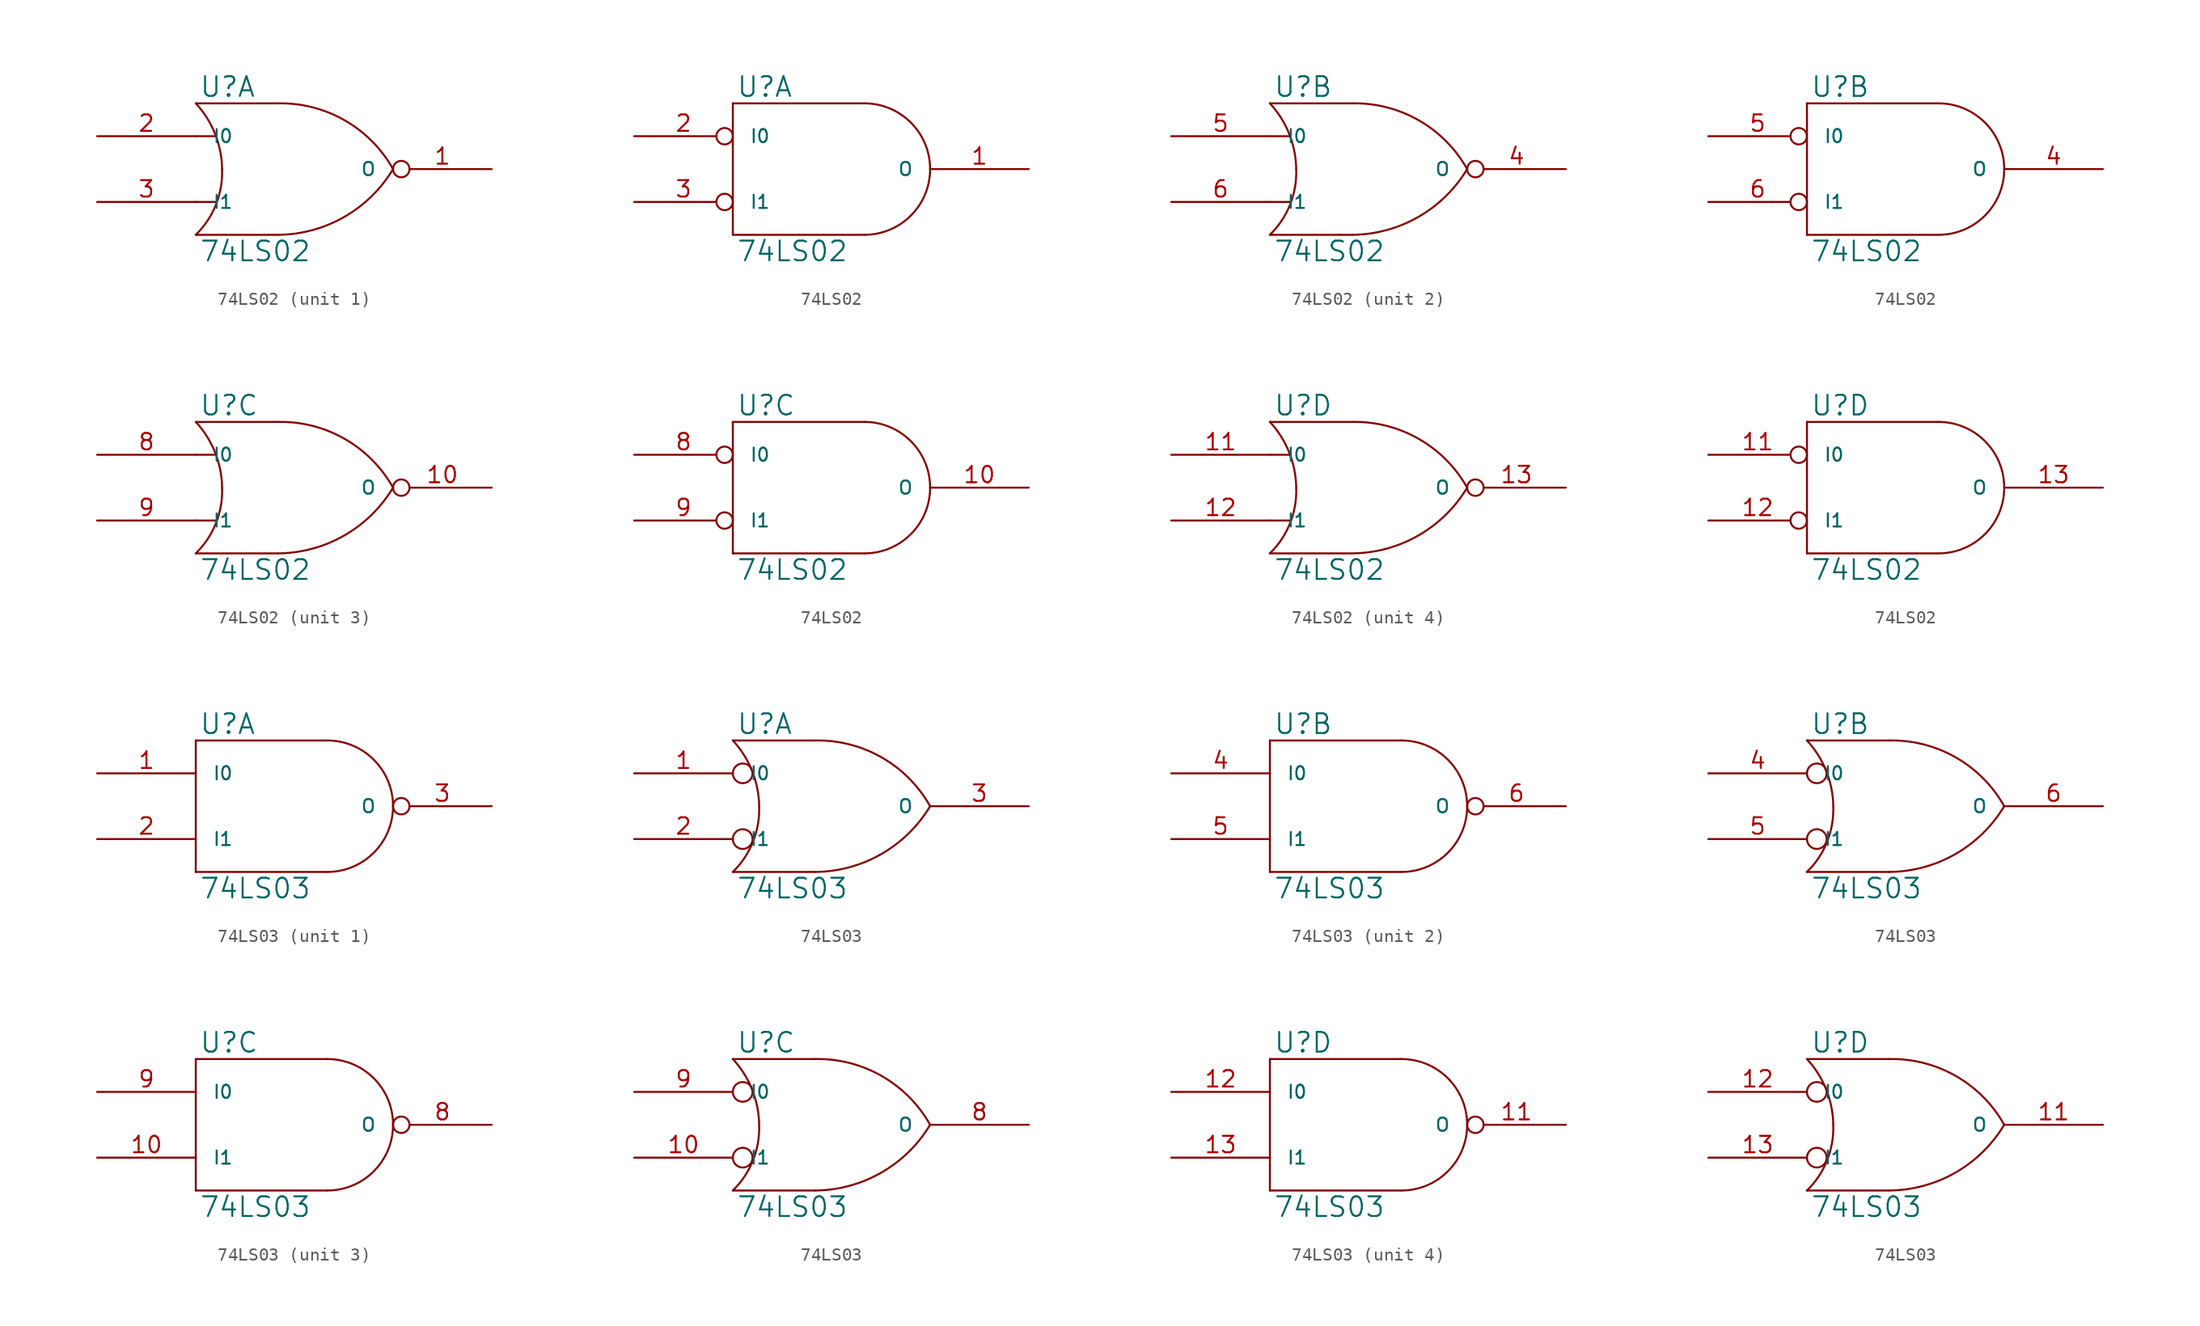
<source format=kicad_sym>
(kicad_symbol_lib
  (version 20231120)
  (generator "kicad_symbol_editor")
  (generator_version "8.0")
  (symbol "74LS02"
    (pin_names
      (offset 1.27))
    (property "Reference" "U"
      (at 0.254 0.381 0)
      (effects (font (size 1.524 1.524)) (justify left bottom)))
    (property "Value" "74LS02"
      (at 0.254 -10.541 0)
      (effects (font (size 1.524 1.524)) (justify left top)))
    (symbol "74LS02_0_1"
      (arc (start 0 -10.16) (mid 1.5573 -7.8293) (end 2.032 -5.08) (stroke (width 0) (type solid)) (fill (type none)))
      (polyline (pts (xy 0 -7.62) (xy 1.524 -7.62)) (stroke (width 0) (type solid)) (fill (type none)))
      (polyline (pts (xy 0 -2.54) (xy 1.524 -2.54)) (stroke (width 0) (type solid)) (fill (type none)))
      (polyline (pts (xy 6.35 -10.16) (xy 0 -10.16)) (stroke (width 0) (type solid)) (fill (type none)))
      (polyline (pts (xy 6.35 0) (xy 0 0)) (stroke (width 0) (type solid)) (fill (type none)))
      (arc (start 2.032 -5.08) (mid 1.4906 -2.3584) (end 0 0) (stroke (width 0) (type solid)) (fill (type none)))
      (arc (start 6.35 -10.16) (mid 11.4496 -8.7875) (end 15.24 -5.08) (stroke (width 0) (type solid)) (fill (type none)))
      (arc (start 15.24 -5.08) (mid 11.4893 -1.3041) (end 6.35 0) (stroke (width 0) (type solid)) (fill (type none))))
    (symbol "74LS02_0_2"
      (polyline (pts (xy 0 -10.16) (xy 10.16 -10.16)) (stroke (width 0) (type solid)) (fill (type none)))
      (polyline (pts (xy 0 0) (xy 0 -10.16)) (stroke (width 0) (type solid)) (fill (type none)))
      (polyline (pts (xy 10.16 0) (xy 0 0)) (stroke (width 0) (type solid)) (fill (type none)))
      (arc (start 10.16 -10.16) (mid 13.7521 -8.6721) (end 15.24 -5.08) (stroke (width 0) (type solid)) (fill (type none)))
      (arc (start 15.24 -5.08) (mid 13.7521 -1.4879) (end 10.16 0) (stroke (width 0) (type solid)) (fill (type none))))
    (symbol "74LS02_1_1"
      (pin output inverted (at 22.86 -5.08 180) (length 7.62) (name "O" (effects (font (size 1.016 1.016)))) (number "1" (effects (font (size 1.27 1.27)))))
      (pin power_in line (at 0 0 270) (length 0) hide (name "VCC" (effects (font (size 1.016 1.016)))) (number "14" (effects (font (size 1.27 1.27)))))
      (pin input line (at -7.62 -2.54 0) (length 7.62) (name "I0" (effects (font (size 1.016 1.016)))) (number "2" (effects (font (size 1.27 1.27)))))
      (pin input line (at -7.62 -7.62 0) (length 7.62) (name "I1" (effects (font (size 1.016 1.016)))) (number "3" (effects (font (size 1.27 1.27)))))
      (pin power_in line (at 0 -10.16 90) (length 0) hide (name "GND" (effects (font (size 1.016 1.016)))) (number "7" (effects (font (size 1.27 1.27))))))
    (symbol "74LS02_1_2"
      (pin output line (at 22.86 -5.08 180) (length 7.62) (name "O" (effects (font (size 1.016 1.016)))) (number "1" (effects (font (size 1.27 1.27)))))
      (pin power_in line (at 0 0 270) (length 0) hide (name "VCC" (effects (font (size 1.016 1.016)))) (number "14" (effects (font (size 1.27 1.27)))))
      (pin input inverted (at -7.62 -2.54 0) (length 7.62) (name "I0" (effects (font (size 1.016 1.016)))) (number "2" (effects (font (size 1.27 1.27)))))
      (pin input inverted (at -7.62 -7.62 0) (length 7.62) (name "I1" (effects (font (size 1.016 1.016)))) (number "3" (effects (font (size 1.27 1.27)))))
      (pin power_in line (at 0 -10.16 90) (length 0) hide (name "GND" (effects (font (size 1.016 1.016)))) (number "7" (effects (font (size 1.27 1.27))))))
    (symbol "74LS02_2_1"
      (pin power_in line (at 0 0 270) (length 0) hide (name "VCC" (effects (font (size 1.016 1.016)))) (number "14" (effects (font (size 1.27 1.27)))))
      (pin output inverted (at 22.86 -5.08 180) (length 7.62) (name "O" (effects (font (size 1.016 1.016)))) (number "4" (effects (font (size 1.27 1.27)))))
      (pin input line (at -7.62 -2.54 0) (length 7.62) (name "I0" (effects (font (size 1.016 1.016)))) (number "5" (effects (font (size 1.27 1.27)))))
      (pin input line (at -7.62 -7.62 0) (length 7.62) (name "I1" (effects (font (size 1.016 1.016)))) (number "6" (effects (font (size 1.27 1.27)))))
      (pin power_in line (at 0 -10.16 90) (length 0) hide (name "GND" (effects (font (size 1.016 1.016)))) (number "7" (effects (font (size 1.27 1.27))))))
    (symbol "74LS02_2_2"
      (pin power_in line (at 0 0 270) (length 0) hide (name "VCC" (effects (font (size 1.016 1.016)))) (number "14" (effects (font (size 1.27 1.27)))))
      (pin output line (at 22.86 -5.08 180) (length 7.62) (name "O" (effects (font (size 1.016 1.016)))) (number "4" (effects (font (size 1.27 1.27)))))
      (pin input inverted (at -7.62 -2.54 0) (length 7.62) (name "I0" (effects (font (size 1.016 1.016)))) (number "5" (effects (font (size 1.27 1.27)))))
      (pin input inverted (at -7.62 -7.62 0) (length 7.62) (name "I1" (effects (font (size 1.016 1.016)))) (number "6" (effects (font (size 1.27 1.27)))))
      (pin power_in line (at 0 -10.16 90) (length 0) hide (name "GND" (effects (font (size 1.016 1.016)))) (number "7" (effects (font (size 1.27 1.27))))))
    (symbol "74LS02_3_1"
      (pin output inverted (at 22.86 -5.08 180) (length 7.62) (name "O" (effects (font (size 1.016 1.016)))) (number "10" (effects (font (size 1.27 1.27)))))
      (pin power_in line (at 0 0 270) (length 0) hide (name "VCC" (effects (font (size 1.016 1.016)))) (number "14" (effects (font (size 1.27 1.27)))))
      (pin power_in line (at 0 -10.16 90) (length 0) hide (name "GND" (effects (font (size 1.016 1.016)))) (number "7" (effects (font (size 1.27 1.27)))))
      (pin input line (at -7.62 -2.54 0) (length 7.62) (name "I0" (effects (font (size 1.016 1.016)))) (number "8" (effects (font (size 1.27 1.27)))))
      (pin input line (at -7.62 -7.62 0) (length 7.62) (name "I1" (effects (font (size 1.016 1.016)))) (number "9" (effects (font (size 1.27 1.27))))))
    (symbol "74LS02_3_2"
      (pin output line (at 22.86 -5.08 180) (length 7.62) (name "O" (effects (font (size 1.016 1.016)))) (number "10" (effects (font (size 1.27 1.27)))))
      (pin power_in line (at 0 0 270) (length 0) hide (name "VCC" (effects (font (size 1.016 1.016)))) (number "14" (effects (font (size 1.27 1.27)))))
      (pin power_in line (at 0 -10.16 90) (length 0) hide (name "GND" (effects (font (size 1.016 1.016)))) (number "7" (effects (font (size 1.27 1.27)))))
      (pin input inverted (at -7.62 -2.54 0) (length 7.62) (name "I0" (effects (font (size 1.016 1.016)))) (number "8" (effects (font (size 1.27 1.27)))))
      (pin input inverted (at -7.62 -7.62 0) (length 7.62) (name "I1" (effects (font (size 1.016 1.016)))) (number "9" (effects (font (size 1.27 1.27))))))
    (symbol "74LS02_4_1"
      (pin input line (at -7.62 -2.54 0) (length 7.62) (name "I0" (effects (font (size 1.016 1.016)))) (number "11" (effects (font (size 1.27 1.27)))))
      (pin input line (at -7.62 -7.62 0) (length 7.62) (name "I1" (effects (font (size 1.016 1.016)))) (number "12" (effects (font (size 1.27 1.27)))))
      (pin output inverted (at 22.86 -5.08 180) (length 7.62) (name "O" (effects (font (size 1.016 1.016)))) (number "13" (effects (font (size 1.27 1.27)))))
      (pin power_in line (at 0 0 270) (length 0) hide (name "VCC" (effects (font (size 1.016 1.016)))) (number "14" (effects (font (size 1.27 1.27)))))
      (pin power_in line (at 0 -10.16 90) (length 0) hide (name "GND" (effects (font (size 1.016 1.016)))) (number "7" (effects (font (size 1.27 1.27))))))
    (symbol "74LS02_4_2"
      (pin input inverted (at -7.62 -2.54 0) (length 7.62) (name "I0" (effects (font (size 1.016 1.016)))) (number "11" (effects (font (size 1.27 1.27)))))
      (pin input inverted (at -7.62 -7.62 0) (length 7.62) (name "I1" (effects (font (size 1.016 1.016)))) (number "12" (effects (font (size 1.27 1.27)))))
      (pin output line (at 22.86 -5.08 180) (length 7.62) (name "O" (effects (font (size 1.016 1.016)))) (number "13" (effects (font (size 1.27 1.27)))))
      (pin power_in line (at 0 0 270) (length 0) hide (name "VCC" (effects (font (size 1.016 1.016)))) (number "14" (effects (font (size 1.27 1.27)))))
      (pin power_in line (at 0 -10.16 90) (length 0) hide (name "GND" (effects (font (size 1.016 1.016)))) (number "7" (effects (font (size 1.27 1.27)))))))
  (symbol "74LS03"
    (pin_names
      (offset 1.27))
    (property "Reference" "U"
      (at 0.254 0.381 0)
      (effects (font (size 1.524 1.524)) (justify left bottom)))
    (property "Value" "74LS03"
      (at 0.254 -10.541 0)
      (effects (font (size 1.524 1.524)) (justify left top)))
    (symbol "74LS03_0_1"
      (polyline (pts (xy 0 -10.16) (xy 10.16 -10.16)) (stroke (width 0) (type solid)) (fill (type none)))
      (polyline (pts (xy 0 0) (xy 0 -10.16)) (stroke (width 0) (type solid)) (fill (type none)))
      (polyline (pts (xy 10.16 0) (xy 0 0)) (stroke (width 0) (type solid)) (fill (type none)))
      (arc (start 10.16 -10.16) (mid 13.7521 -8.6721) (end 15.24 -5.08) (stroke (width 0) (type solid)) (fill (type none)))
      (arc (start 15.24 -5.08) (mid 13.7521 -1.4879) (end 10.16 0) (stroke (width 0) (type solid)) (fill (type none))))
    (symbol "74LS03_0_2"
      (arc (start 0 -10.16) (mid 1.5573 -7.8293) (end 2.032 -5.08) (stroke (width 0) (type solid)) (fill (type none)))
      (polyline (pts (xy 6.35 -10.16) (xy 0 -10.16)) (stroke (width 0) (type solid)) (fill (type none)))
      (polyline (pts (xy 6.35 0) (xy 0 0)) (stroke (width 0) (type solid)) (fill (type none)))
      (circle (center 0.762 -7.62) (radius 0.762) (stroke (width 0) (type solid)) (fill (type none)))
      (circle (center 0.762 -2.54) (radius 0.762) (stroke (width 0) (type solid)) (fill (type none)))
      (arc (start 2.032 -5.08) (mid 1.4906 -2.3584) (end 0 0) (stroke (width 0) (type solid)) (fill (type none)))
      (arc (start 6.35 -10.16) (mid 11.4496 -8.7875) (end 15.24 -5.08) (stroke (width 0) (type solid)) (fill (type none)))
      (arc (start 15.24 -5.08) (mid 11.4893 -1.3041) (end 6.35 0) (stroke (width 0) (type solid)) (fill (type none))))
    (symbol "74LS03_1_1"
      (pin input line (at -7.62 -2.54 0) (length 7.62) (name "I0" (effects (font (size 1.016 1.016)))) (number "1" (effects (font (size 1.27 1.27)))))
      (pin power_in line (at 0 0 270) (length 0) hide (name "VCC" (effects (font (size 1.016 1.016)))) (number "14" (effects (font (size 1.27 1.27)))))
      (pin input line (at -7.62 -7.62 0) (length 7.62) (name "I1" (effects (font (size 1.016 1.016)))) (number "2" (effects (font (size 1.27 1.27)))))
      (pin open_collector inverted (at 22.86 -5.08 180) (length 7.62) (name "O" (effects (font (size 1.016 1.016)))) (number "3" (effects (font (size 1.27 1.27)))))
      (pin power_in line (at 0 -10.16 90) (length 0) hide (name "GND" (effects (font (size 1.016 1.016)))) (number "7" (effects (font (size 1.27 1.27))))))
    (symbol "74LS03_1_2"
      (pin input line (at -7.62 -2.54 0) (length 7.62) (name "I0" (effects (font (size 1.016 1.016)))) (number "1" (effects (font (size 1.27 1.27)))))
      (pin power_in line (at 0 0 270) (length 0) hide (name "VCC" (effects (font (size 1.016 1.016)))) (number "14" (effects (font (size 1.27 1.27)))))
      (pin input line (at -7.62 -7.62 0) (length 7.62) (name "I1" (effects (font (size 1.016 1.016)))) (number "2" (effects (font (size 1.27 1.27)))))
      (pin open_collector line (at 22.86 -5.08 180) (length 7.62) (name "O" (effects (font (size 1.016 1.016)))) (number "3" (effects (font (size 1.27 1.27)))))
      (pin power_in line (at 0 -10.16 90) (length 0) hide (name "GND" (effects (font (size 1.016 1.016)))) (number "7" (effects (font (size 1.27 1.27))))))
    (symbol "74LS03_2_1"
      (pin power_in line (at 0 0 270) (length 0) hide (name "VCC" (effects (font (size 1.016 1.016)))) (number "14" (effects (font (size 1.27 1.27)))))
      (pin input line (at -7.62 -2.54 0) (length 7.62) (name "I0" (effects (font (size 1.016 1.016)))) (number "4" (effects (font (size 1.27 1.27)))))
      (pin input line (at -7.62 -7.62 0) (length 7.62) (name "I1" (effects (font (size 1.016 1.016)))) (number "5" (effects (font (size 1.27 1.27)))))
      (pin open_collector inverted (at 22.86 -5.08 180) (length 7.62) (name "O" (effects (font (size 1.016 1.016)))) (number "6" (effects (font (size 1.27 1.27)))))
      (pin power_in line (at 0 -10.16 90) (length 0) hide (name "GND" (effects (font (size 1.016 1.016)))) (number "7" (effects (font (size 1.27 1.27))))))
    (symbol "74LS03_2_2"
      (pin power_in line (at 0 0 270) (length 0) hide (name "VCC" (effects (font (size 1.016 1.016)))) (number "14" (effects (font (size 1.27 1.27)))))
      (pin input line (at -7.62 -2.54 0) (length 7.62) (name "I0" (effects (font (size 1.016 1.016)))) (number "4" (effects (font (size 1.27 1.27)))))
      (pin input line (at -7.62 -7.62 0) (length 7.62) (name "I1" (effects (font (size 1.016 1.016)))) (number "5" (effects (font (size 1.27 1.27)))))
      (pin open_collector line (at 22.86 -5.08 180) (length 7.62) (name "O" (effects (font (size 1.016 1.016)))) (number "6" (effects (font (size 1.27 1.27)))))
      (pin power_in line (at 0 -10.16 90) (length 0) hide (name "GND" (effects (font (size 1.016 1.016)))) (number "7" (effects (font (size 1.27 1.27))))))
    (symbol "74LS03_3_1"
      (pin input line (at -7.62 -7.62 0) (length 7.62) (name "I1" (effects (font (size 1.016 1.016)))) (number "10" (effects (font (size 1.27 1.27)))))
      (pin power_in line (at 0 0 270) (length 0) hide (name "VCC" (effects (font (size 1.016 1.016)))) (number "14" (effects (font (size 1.27 1.27)))))
      (pin power_in line (at 0 -10.16 90) (length 0) hide (name "GND" (effects (font (size 1.016 1.016)))) (number "7" (effects (font (size 1.27 1.27)))))
      (pin open_collector inverted (at 22.86 -5.08 180) (length 7.62) (name "O" (effects (font (size 1.016 1.016)))) (number "8" (effects (font (size 1.27 1.27)))))
      (pin input line (at -7.62 -2.54 0) (length 7.62) (name "I0" (effects (font (size 1.016 1.016)))) (number "9" (effects (font (size 1.27 1.27))))))
    (symbol "74LS03_3_2"
      (pin input line (at -7.62 -7.62 0) (length 7.62) (name "I1" (effects (font (size 1.016 1.016)))) (number "10" (effects (font (size 1.27 1.27)))))
      (pin power_in line (at 0 0 270) (length 0) hide (name "VCC" (effects (font (size 1.016 1.016)))) (number "14" (effects (font (size 1.27 1.27)))))
      (pin power_in line (at 0 -10.16 90) (length 0) hide (name "GND" (effects (font (size 1.016 1.016)))) (number "7" (effects (font (size 1.27 1.27)))))
      (pin open_collector line (at 22.86 -5.08 180) (length 7.62) (name "O" (effects (font (size 1.016 1.016)))) (number "8" (effects (font (size 1.27 1.27)))))
      (pin input line (at -7.62 -2.54 0) (length 7.62) (name "I0" (effects (font (size 1.016 1.016)))) (number "9" (effects (font (size 1.27 1.27))))))
    (symbol "74LS03_4_1"
      (pin open_collector inverted (at 22.86 -5.08 180) (length 7.62) (name "O" (effects (font (size 1.016 1.016)))) (number "11" (effects (font (size 1.27 1.27)))))
      (pin input line (at -7.62 -2.54 0) (length 7.62) (name "I0" (effects (font (size 1.016 1.016)))) (number "12" (effects (font (size 1.27 1.27)))))
      (pin input line (at -7.62 -7.62 0) (length 7.62) (name "I1" (effects (font (size 1.016 1.016)))) (number "13" (effects (font (size 1.27 1.27)))))
      (pin power_in line (at 0 0 270) (length 0) hide (name "VCC" (effects (font (size 1.016 1.016)))) (number "14" (effects (font (size 1.27 1.27)))))
      (pin power_in line (at 0 -10.16 90) (length 0) hide (name "GND" (effects (font (size 1.016 1.016)))) (number "7" (effects (font (size 1.27 1.27))))))
    (symbol "74LS03_4_2"
      (pin open_collector line (at 22.86 -5.08 180) (length 7.62) (name "O" (effects (font (size 1.016 1.016)))) (number "11" (effects (font (size 1.27 1.27)))))
      (pin input line (at -7.62 -2.54 0) (length 7.62) (name "I0" (effects (font (size 1.016 1.016)))) (number "12" (effects (font (size 1.27 1.27)))))
      (pin input line (at -7.62 -7.62 0) (length 7.62) (name "I1" (effects (font (size 1.016 1.016)))) (number "13" (effects (font (size 1.27 1.27)))))
      (pin power_in line (at 0 0 270) (length 0) hide (name "VCC" (effects (font (size 1.016 1.016)))) (number "14" (effects (font (size 1.27 1.27)))))
      (pin power_in line (at 0 -10.16 90) (length 0) hide (name "GND" (effects (font (size 1.016 1.016)))) (number "7" (effects (font (size 1.27 1.27))))))))
</source>
